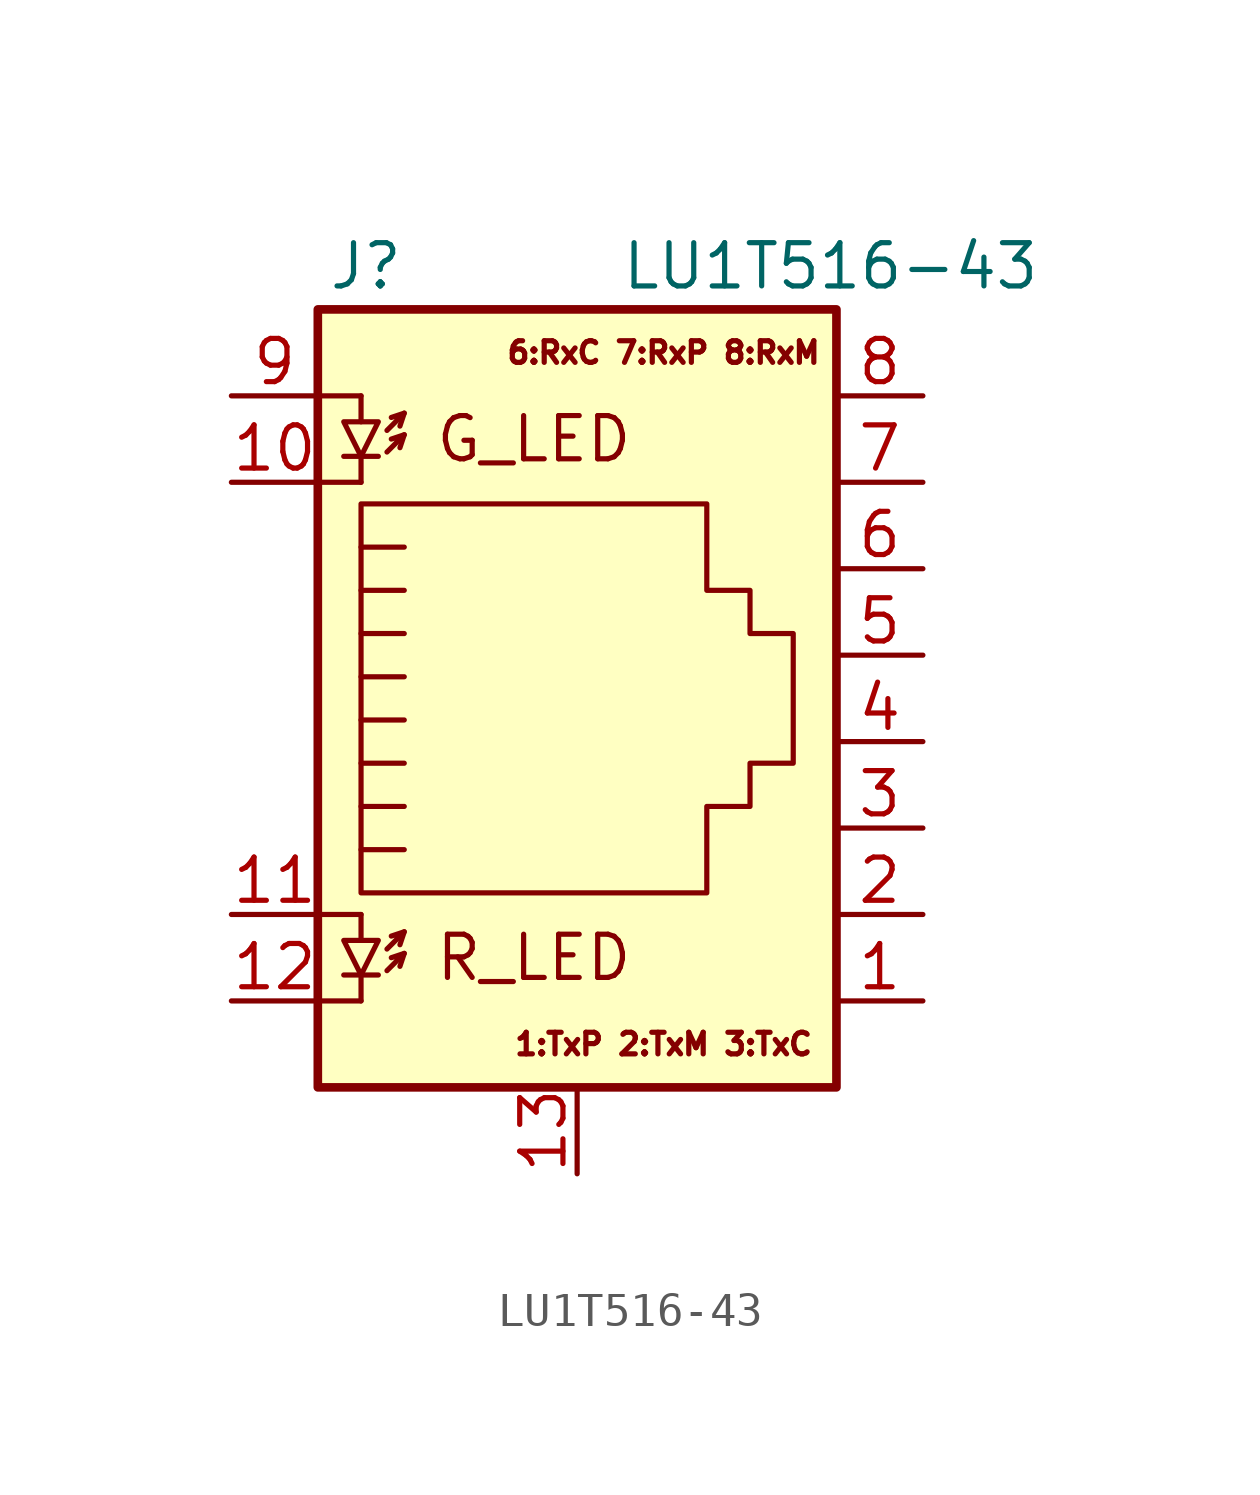
<source format=kicad_sym>
(kicad_symbol_lib
  (version 20211014)
  (generator kicad_symbol_editor)
  (symbol "LU1T516-43"
    (pin_names
      (offset 1.016))
    (property "Reference" "J"
      (at -5.08 13.97 0)
      (effects (font (size 1.27 1.27)) (justify right)))
    (property "Value" "LU1T516-43"
      (at 1.27 13.97 0)
      (effects (font (size 1.27 1.27)) (justify left)))
    (symbol "LU1T516-43_0_0"
      (text "1:TxP 2:TxM 3:TxC" (at 2.54 -8.89 0) (effects (font (size 0.635 0.635))))
      (text "6:RxC 7:RxP 8:RxM" (at 2.54 11.43 0) (effects (font (size 0.635 0.635))))
      (text "G_LED" (at -1.27 8.89 0) (effects (font (size 1.27 1.27))))
      (text "R_LED" (at -1.27 -6.35 0) (effects (font (size 1.27 1.27)))))
    (symbol "LU1T516-43_0_1"
      (polyline (pts (xy -7.62 -7.62) (xy -6.35 -7.62)) (stroke (width 0) (type default) (color 0 0 0 0)) (fill (type none)))
      (polyline (pts (xy -7.62 -5.08) (xy -6.35 -5.08)) (stroke (width 0) (type default) (color 0 0 0 0)) (fill (type none)))
      (polyline (pts (xy -7.62 7.62) (xy -6.35 7.62)) (stroke (width 0) (type default) (color 0 0 0 0)) (fill (type none)))
      (polyline (pts (xy -7.62 10.16) (xy -6.35 10.16)) (stroke (width 0) (type default) (color 0 0 0 0)) (fill (type none)))
      (polyline (pts (xy -6.35 -7.62) (xy -6.35 -6.858)) (stroke (width 0) (type default) (color 0 0 0 0)) (fill (type none)))
      (polyline (pts (xy -6.35 -5.08) (xy -6.35 -5.842)) (stroke (width 0) (type default) (color 0 0 0 0)) (fill (type none)))
      (polyline (pts (xy -6.35 7.62) (xy -6.35 8.382)) (stroke (width 0) (type default) (color 0 0 0 0)) (fill (type none)))
      (polyline (pts (xy -6.35 10.16) (xy -6.35 9.398)) (stroke (width 0) (type default) (color 0 0 0 0)) (fill (type none)))
      (polyline (pts (xy -5.842 -6.858) (xy -6.858 -6.858)) (stroke (width 0) (type default) (color 0 0 0 0)) (fill (type none)))
      (polyline (pts (xy -5.842 8.382) (xy -6.858 8.382)) (stroke (width 0) (type default) (color 0 0 0 0)) (fill (type none)))
      (polyline (pts (xy -5.08 -6.223) (xy -5.207 -6.604)) (stroke (width 0) (type default) (color 0 0 0 0)) (fill (type none)))
      (polyline (pts (xy -5.08 -5.588) (xy -5.207 -5.969)) (stroke (width 0) (type default) (color 0 0 0 0)) (fill (type none)))
      (polyline (pts (xy -5.08 4.445) (xy -6.35 4.445)) (stroke (width 0) (type default) (color 0 0 0 0)) (fill (type none)))
      (polyline (pts (xy -5.08 5.715) (xy -6.35 5.715)) (stroke (width 0) (type default) (color 0 0 0 0)) (fill (type none)))
      (polyline (pts (xy -5.08 9.017) (xy -5.207 8.636)) (stroke (width 0) (type default) (color 0 0 0 0)) (fill (type none)))
      (polyline (pts (xy -5.08 9.652) (xy -5.207 9.271)) (stroke (width 0) (type default) (color 0 0 0 0)) (fill (type none)))
      (polyline (pts (xy -6.35 -3.175) (xy -5.08 -3.175) (xy -5.08 -3.175)) (stroke (width 0) (type default) (color 0 0 0 0)) (fill (type none)))
      (polyline (pts (xy -6.35 -1.905) (xy -5.08 -1.905) (xy -5.08 -1.905)) (stroke (width 0) (type default) (color 0 0 0 0)) (fill (type none)))
      (polyline (pts (xy -6.35 -0.635) (xy -5.08 -0.635) (xy -5.08 -0.635)) (stroke (width 0) (type default) (color 0 0 0 0)) (fill (type none)))
      (polyline (pts (xy -6.35 0.635) (xy -5.08 0.635) (xy -5.08 0.635)) (stroke (width 0) (type default) (color 0 0 0 0)) (fill (type none)))
      (polyline (pts (xy -6.35 1.905) (xy -5.08 1.905) (xy -5.08 1.905)) (stroke (width 0) (type default) (color 0 0 0 0)) (fill (type none)))
      (polyline (pts (xy -5.588 -6.731) (xy -5.08 -6.223) (xy -5.461 -6.35)) (stroke (width 0) (type default) (color 0 0 0 0)) (fill (type none)))
      (polyline (pts (xy -5.588 -6.096) (xy -5.08 -5.588) (xy -5.461 -5.715)) (stroke (width 0) (type default) (color 0 0 0 0)) (fill (type none)))
      (polyline (pts (xy -5.588 8.509) (xy -5.08 9.017) (xy -5.461 8.89)) (stroke (width 0) (type default) (color 0 0 0 0)) (fill (type none)))
      (polyline (pts (xy -5.588 9.144) (xy -5.08 9.652) (xy -5.461 9.525)) (stroke (width 0) (type default) (color 0 0 0 0)) (fill (type none)))
      (polyline (pts (xy -5.08 3.175) (xy -6.35 3.175) (xy -6.35 3.175)) (stroke (width 0) (type default) (color 0 0 0 0)) (fill (type none)))
      (polyline (pts (xy -6.35 -6.858) (xy -5.842 -5.842) (xy -6.858 -5.842) (xy -6.35 -6.858)) (stroke (width 0) (type default) (color 0 0 0 0)) (fill (type none)))
      (polyline (pts (xy -6.35 8.382) (xy -5.842 9.398) (xy -6.858 9.398) (xy -6.35 8.382)) (stroke (width 0) (type default) (color 0 0 0 0)) (fill (type none)))
      (polyline (pts (xy -6.35 -4.445) (xy -6.35 6.985) (xy 3.81 6.985) (xy 3.81 4.445) (xy 5.08 4.445) (xy 5.08 3.175) (xy 6.35 3.175) (xy 6.35 -0.635) (xy 5.08 -0.635) (xy 5.08 -1.905) (xy 3.81 -1.905) (xy 3.81 -4.445) (xy -6.35 -4.445) (xy -6.35 -4.445)) (stroke (width 0) (type default) (color 0 0 0 0)) (fill (type none)))
      (rectangle (start 7.62 12.7) (end -7.62 -10.16) (stroke (width 0.254) (type default) (color 0 0 0 0)) (fill (type background))))
    (symbol "LU1T516-43_1_1"
      (pin passive line (at 10.16 -7.62 180) (length 2.54) (name "~" (effects (font (size 1.27 1.27)))) (number "1" (effects (font (size 1.27 1.27)))))
      (pin passive line (at -10.16 7.62 0) (length 2.54) (name "~" (effects (font (size 1.27 1.27)))) (number "10" (effects (font (size 1.27 1.27)))))
      (pin passive line (at -10.16 -5.08 0) (length 2.54) (name "~" (effects (font (size 1.27 1.27)))) (number "11" (effects (font (size 1.27 1.27)))))
      (pin passive line (at -10.16 -7.62 0) (length 2.54) (name "~" (effects (font (size 1.27 1.27)))) (number "12" (effects (font (size 1.27 1.27)))))
      (pin passive line (at 0 -12.7 90) (length 2.54) (name "~" (effects (font (size 1.27 1.27)))) (number "13" (effects (font (size 1.27 1.27)))))
      (pin passive line (at 10.16 -5.08 180) (length 2.54) (name "~" (effects (font (size 1.27 1.27)))) (number "2" (effects (font (size 1.27 1.27)))))
      (pin passive line (at 10.16 -2.54 180) (length 2.54) (name "~" (effects (font (size 1.27 1.27)))) (number "3" (effects (font (size 1.27 1.27)))))
      (pin passive line (at 10.16 0 180) (length 2.54) (name "~" (effects (font (size 1.27 1.27)))) (number "4" (effects (font (size 1.27 1.27)))))
      (pin passive line (at 10.16 2.54 180) (length 2.54) (name "~" (effects (font (size 1.27 1.27)))) (number "5" (effects (font (size 1.27 1.27)))))
      (pin passive line (at 10.16 5.08 180) (length 2.54) (name "~" (effects (font (size 1.27 1.27)))) (number "6" (effects (font (size 1.27 1.27)))))
      (pin passive line (at 10.16 7.62 180) (length 2.54) (name "~" (effects (font (size 1.27 1.27)))) (number "7" (effects (font (size 1.27 1.27)))))
      (pin passive line (at 10.16 10.16 180) (length 2.54) (name "~" (effects (font (size 1.27 1.27)))) (number "8" (effects (font (size 1.27 1.27)))))
      (pin passive line (at -10.16 10.16 0) (length 2.54) (name "~" (effects (font (size 1.27 1.27)))) (number "9" (effects (font (size 1.27 1.27))))))))
</source>
